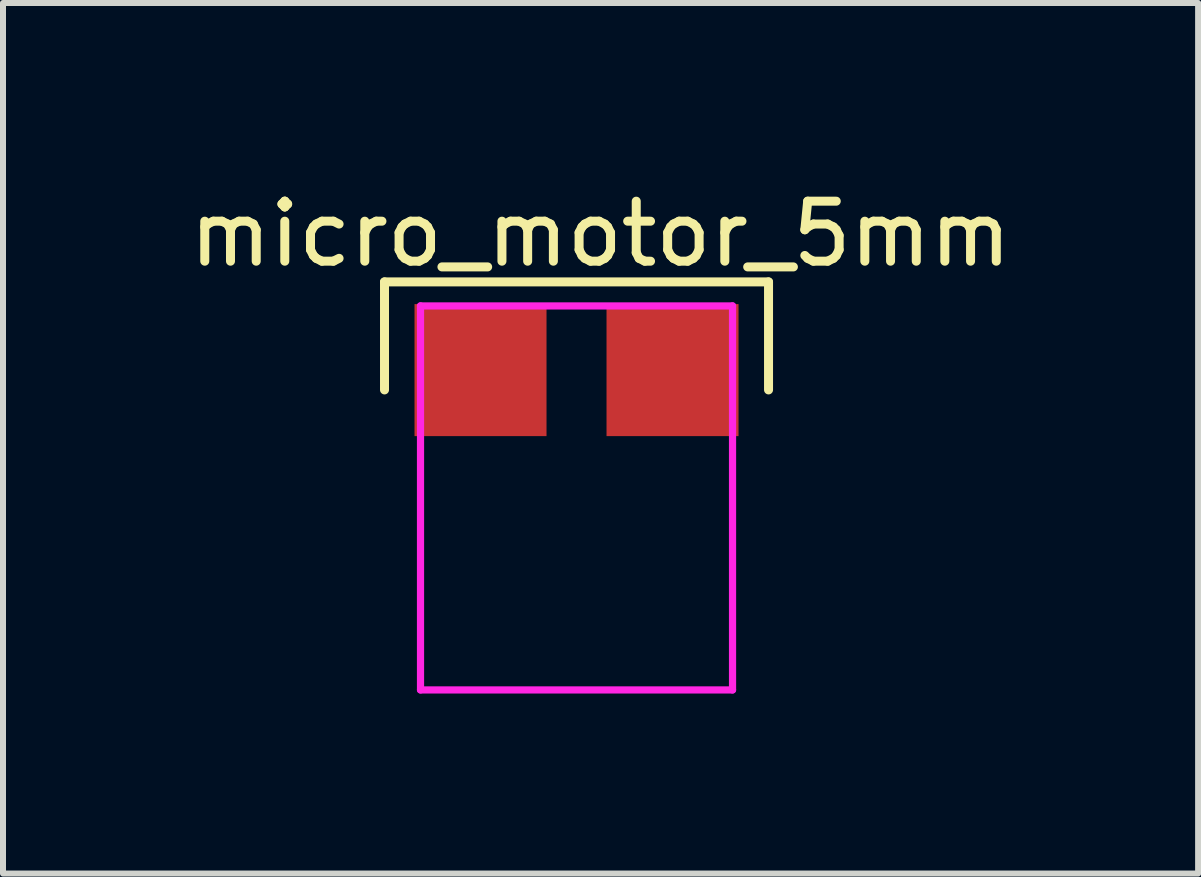
<source format=kicad_pcb>
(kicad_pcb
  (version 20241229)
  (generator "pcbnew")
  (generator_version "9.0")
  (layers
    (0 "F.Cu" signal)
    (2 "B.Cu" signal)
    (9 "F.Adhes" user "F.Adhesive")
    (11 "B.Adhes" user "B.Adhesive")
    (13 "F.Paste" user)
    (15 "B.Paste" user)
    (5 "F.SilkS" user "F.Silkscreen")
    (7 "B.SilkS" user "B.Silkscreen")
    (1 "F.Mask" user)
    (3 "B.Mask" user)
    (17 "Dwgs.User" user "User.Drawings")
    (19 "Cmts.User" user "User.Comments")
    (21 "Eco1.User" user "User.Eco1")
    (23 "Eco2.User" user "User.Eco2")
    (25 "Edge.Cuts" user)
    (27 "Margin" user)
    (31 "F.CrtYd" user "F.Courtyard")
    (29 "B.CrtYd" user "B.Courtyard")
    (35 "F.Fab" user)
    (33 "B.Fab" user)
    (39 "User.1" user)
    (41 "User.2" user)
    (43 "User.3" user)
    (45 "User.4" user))
  (footprint "micro_motor_5mm"
    (layer "F.Cu")
    (at 6.558 1.848)
    (property "Reference" "micro_motor_5mm" (at 0.4 -1 0) (layer "F.SilkS") (effects (font (size 1 1) (thickness 0.15))))
    (attr through_hole)
    (fp_line (start -3.2 -0.2) (end 3.2 -0.2) (stroke (width 0.15) (type solid)) (layer "F.SilkS"))
    (fp_line (start -3.2 1.6) (end -3.2 -0.2) (stroke (width 0.15) (type solid)) (layer "F.SilkS"))
    (fp_line (start 3.2 -0.2) (end 3.2 1.6) (stroke (width 0.15) (type solid)) (layer "F.SilkS"))
    (fp_line (start -2.6 6.6) (end -2.6 0.2) (stroke (width 0.12) (type solid)) (layer "F.CrtYd"))
    (fp_line (start 2.6 0.2) (end -2.6 0.2) (stroke (width 0.12) (type solid)) (layer "F.CrtYd"))
    (fp_line (start 2.6 0.2) (end 2.6 6.6) (stroke (width 0.12) (type solid)) (layer "F.CrtYd"))
    (fp_line (start 2.6 6.6) (end -2.6 6.6) (stroke (width 0.12) (type solid)) (layer "F.CrtYd"))
    (pad "1" smd rect (at -1.6 1.27) (size 2.2 2.2) (layers "F.Cu" "F.Mask" "F.Paste"))
    (pad "2" smd rect (at 1.6 1.27) (size 2.2 2.2) (layers "F.Cu" "F.Mask" "F.Paste")))
  (gr_rect
    (start -3 -3)
    (end 16.917 11.508)
    (stroke (width 0.1) (type default))
    (fill no)
    (layer "Edge.Cuts")))
</source>
